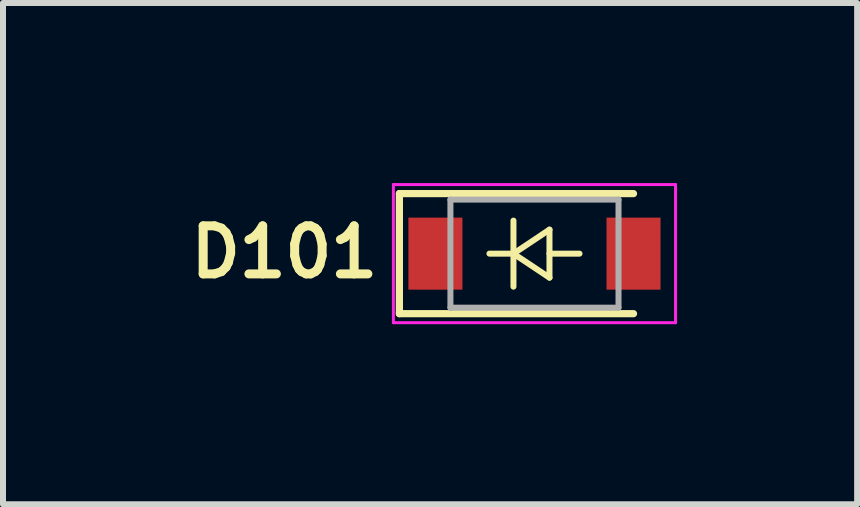
<source format=kicad_pcb>
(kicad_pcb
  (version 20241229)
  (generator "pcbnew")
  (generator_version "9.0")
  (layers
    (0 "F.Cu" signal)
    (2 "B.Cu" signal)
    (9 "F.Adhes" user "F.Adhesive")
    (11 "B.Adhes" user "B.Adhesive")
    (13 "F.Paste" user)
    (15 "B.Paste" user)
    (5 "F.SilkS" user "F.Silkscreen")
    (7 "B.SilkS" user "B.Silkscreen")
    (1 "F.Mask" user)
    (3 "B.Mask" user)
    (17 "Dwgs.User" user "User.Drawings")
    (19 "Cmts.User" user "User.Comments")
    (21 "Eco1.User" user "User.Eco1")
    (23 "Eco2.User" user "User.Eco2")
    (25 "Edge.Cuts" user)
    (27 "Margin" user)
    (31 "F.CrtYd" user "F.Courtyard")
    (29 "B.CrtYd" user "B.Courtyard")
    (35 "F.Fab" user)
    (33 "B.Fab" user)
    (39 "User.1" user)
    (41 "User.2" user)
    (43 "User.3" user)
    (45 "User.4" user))
  (footprint "D101"
    (layer "F.Cu")
    (at 5.853 1.175)
    (property "Reference" "D101" (at -4.166 -0.025 0) (layer "F.SilkS") (effects (font (size 0.8 0.8) (thickness 0.15))))
    (attr smd)
    (fp_line (start -2.25 -1) (end -2.25 1) (stroke (width 0.12) (type solid)) (layer "F.SilkS"))
    (fp_line (start -2.25 -1) (end 1.65 -1) (stroke (width 0.12) (type solid)) (layer "F.SilkS"))
    (fp_line (start -2.25 1) (end 1.65 1) (stroke (width 0.12) (type solid)) (layer "F.SilkS"))
    (fp_line (start -0.75 0) (end -0.35 0) (stroke (width 0.1) (type solid)) (layer "F.SilkS"))
    (fp_line (start -0.35 0) (end -0.35 -0.55) (stroke (width 0.1) (type solid)) (layer "F.SilkS"))
    (fp_line (start -0.35 0) (end -0.35 0.55) (stroke (width 0.1) (type solid)) (layer "F.SilkS"))
    (fp_line (start -0.35 0) (end 0.25 -0.4) (stroke (width 0.1) (type solid)) (layer "F.SilkS"))
    (fp_line (start 0.25 -0.4) (end 0.25 0.4) (stroke (width 0.1) (type solid)) (layer "F.SilkS"))
    (fp_line (start 0.25 0) (end 0.75 0) (stroke (width 0.1) (type solid)) (layer "F.SilkS"))
    (fp_line (start 0.25 0.4) (end -0.35 0) (stroke (width 0.1) (type solid)) (layer "F.SilkS"))
    (fp_line (start -2.35 -1.15) (end -2.35 1.15) (stroke (width 0.05) (type solid)) (layer "F.CrtYd"))
    (fp_line (start -2.35 -1.15) (end 2.35 -1.15) (stroke (width 0.05) (type solid)) (layer "F.CrtYd"))
    (fp_line (start 2.35 -1.15) (end 2.35 1.15) (stroke (width 0.05) (type solid)) (layer "F.CrtYd"))
    (fp_line (start 2.35 1.15) (end -2.35 1.15) (stroke (width 0.05) (type solid)) (layer "F.CrtYd"))
    (fp_line (start -1.4 -0.9) (end 1.4 -0.9) (stroke (width 0.1) (type solid)) (layer "F.Fab"))
    (fp_line (start -1.4 0.9) (end -1.4 -0.9) (stroke (width 0.1) (type solid)) (layer "F.Fab"))
    (fp_line (start 1.4 -0.9) (end 1.4 0.9) (stroke (width 0.1) (type solid)) (layer "F.Fab"))
    (fp_line (start 1.4 0.9) (end -1.4 0.9) (stroke (width 0.1) (type solid)) (layer "F.Fab"))
    (pad "1" smd rect (at -1.65 0) (size 0.9 1.2) (layers "F.Cu" "F.Mask" "F.Paste"))
    (pad "2" smd rect (at 1.65 0) (size 0.9 1.2) (layers "F.Cu" "F.Mask" "F.Paste")))
  (gr_rect
    (start -3 -3)
    (end 11.228 5.35)
    (stroke (width 0.1) (type default))
    (fill no)
    (layer "Edge.Cuts")))
</source>
